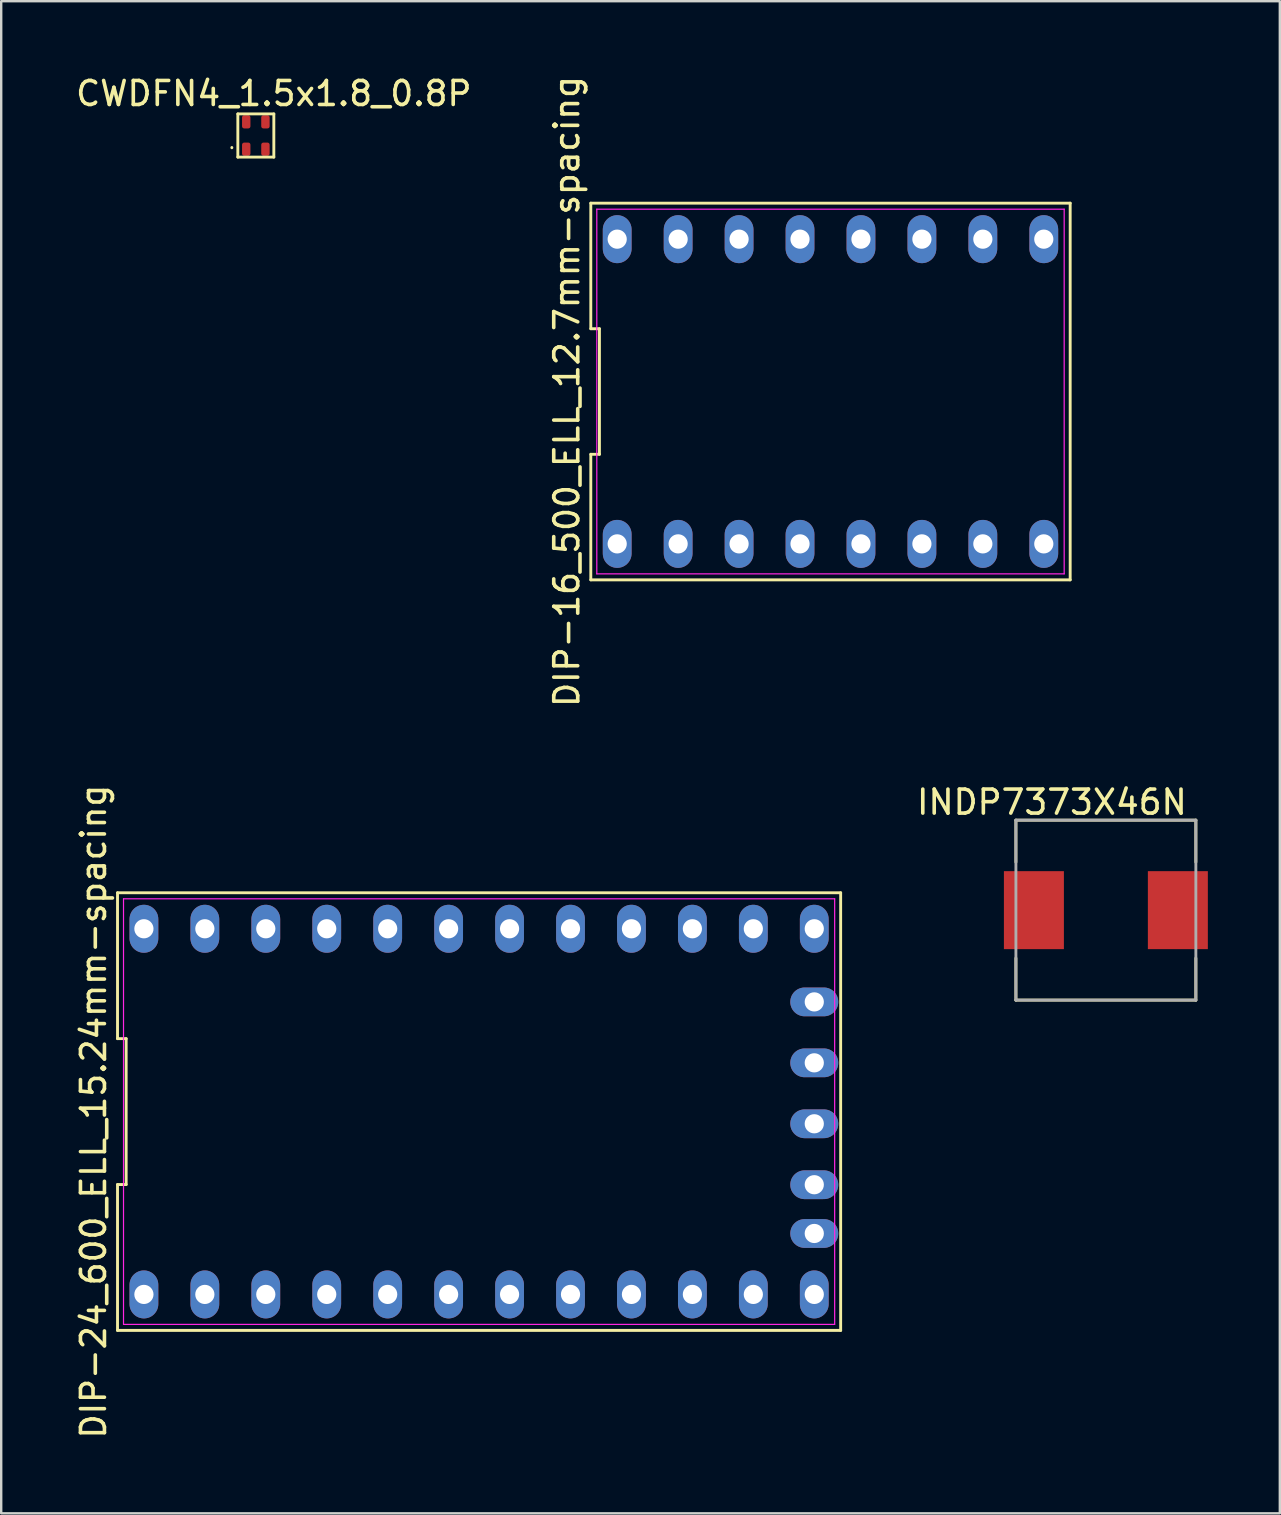
<source format=kicad_pcb>
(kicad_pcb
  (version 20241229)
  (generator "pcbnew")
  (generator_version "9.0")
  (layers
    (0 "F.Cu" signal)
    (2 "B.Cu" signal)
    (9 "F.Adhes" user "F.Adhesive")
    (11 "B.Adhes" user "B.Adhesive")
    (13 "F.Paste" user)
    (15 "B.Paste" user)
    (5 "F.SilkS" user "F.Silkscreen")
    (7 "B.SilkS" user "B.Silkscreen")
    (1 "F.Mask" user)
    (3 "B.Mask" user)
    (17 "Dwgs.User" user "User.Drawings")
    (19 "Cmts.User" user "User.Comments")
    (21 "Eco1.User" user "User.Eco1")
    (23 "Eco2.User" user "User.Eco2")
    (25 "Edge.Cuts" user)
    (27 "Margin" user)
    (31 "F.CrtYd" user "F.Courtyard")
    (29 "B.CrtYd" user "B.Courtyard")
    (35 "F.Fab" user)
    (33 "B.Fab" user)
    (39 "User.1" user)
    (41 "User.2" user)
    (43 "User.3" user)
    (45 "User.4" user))
  (footprint "DIP-24_600_ELL_15.24mm-spacing"
    (layer "F.Cu")
    (at 16.918 43.28)
    (property "Reference" "DIP-24_600_ELL_15.24mm-spacing" (at -16.07 0 90) (layer "F.SilkS") (effects (font (size 1 1) (thickness 0.15))))
    (attr through_hole)
    (fp_line (start -15.07 -9.12) (end -15.07 -3.04) (stroke (width 0.12) (type solid)) (layer "F.SilkS"))
    (fp_line (start -15.07 -3.04) (end -14.71 -3.04) (stroke (width 0.12) (type solid)) (layer "F.SilkS"))
    (fp_line (start -15.07 3.04) (end -15.07 9.12) (stroke (width 0.12) (type solid)) (layer "F.SilkS"))
    (fp_line (start -15.07 9.12) (end 15.07 9.12) (stroke (width 0.12) (type solid)) (layer "F.SilkS"))
    (fp_line (start -14.71 -3.04) (end -14.71 3.04) (stroke (width 0.12) (type solid)) (layer "F.SilkS"))
    (fp_line (start -14.71 3.04) (end -15.07 3.04) (stroke (width 0.12) (type solid)) (layer "F.SilkS"))
    (fp_line (start 15.07 -9.12) (end -15.07 -9.12) (stroke (width 0.12) (type solid)) (layer "F.SilkS"))
    (fp_line (start 15.07 9.12) (end 15.07 -9.12) (stroke (width 0.12) (type solid)) (layer "F.SilkS"))
    (fp_line (start -14.82 -8.87) (end 14.82 -8.87) (stroke (width 0.05) (type solid)) (layer "F.CrtYd"))
    (fp_line (start -14.82 8.87) (end -14.82 -8.87) (stroke (width 0.05) (type solid)) (layer "F.CrtYd"))
    (fp_line (start 14.82 -8.87) (end 14.82 8.87) (stroke (width 0.05) (type solid)) (layer "F.CrtYd"))
    (fp_line (start 14.82 8.87) (end -14.82 8.87) (stroke (width 0.05) (type solid)) (layer "F.CrtYd"))
    (pad "1" thru_hole oval (at -13.97 7.62) (size 1.2 2) (drill 0.8) (layers "*.Cu" "*.Mask"))
    (pad "2" thru_hole oval (at -11.43 7.62) (size 1.2 2) (drill 0.8) (layers "*.Cu" "*.Mask"))
    (pad "3" thru_hole oval (at -8.89 7.62) (size 1.2 2) (drill 0.8) (layers "*.Cu" "*.Mask"))
    (pad "4" thru_hole oval (at -6.35 7.62) (size 1.2 2) (drill 0.8) (layers "*.Cu" "*.Mask"))
    (pad "5" thru_hole oval (at -3.81 7.62) (size 1.2 2) (drill 0.8) (layers "*.Cu" "*.Mask"))
    (pad "6" thru_hole oval (at -1.27 7.62) (size 1.2 2) (drill 0.8) (layers "*.Cu" "*.Mask"))
    (pad "7" thru_hole oval (at 1.27 7.62) (size 1.2 2) (drill 0.8) (layers "*.Cu" "*.Mask"))
    (pad "8" thru_hole oval (at 3.81 7.62) (size 1.2 2) (drill 0.8) (layers "*.Cu" "*.Mask"))
    (pad "9" thru_hole oval (at 6.35 7.62) (size 1.2 2) (drill 0.8) (layers "*.Cu" "*.Mask"))
    (pad "10" thru_hole oval (at 8.89 7.62) (size 1.2 2) (drill 0.8) (layers "*.Cu" "*.Mask"))
    (pad "11" thru_hole oval (at 11.43 7.62) (size 1.2 2) (drill 0.8) (layers "*.Cu" "*.Mask"))
    (pad "12" thru_hole oval (at 13.97 7.62) (size 1.2 2) (drill 0.8) (layers "*.Cu" "*.Mask"))
    (pad "13" thru_hole oval (at 13.97 -7.62) (size 1.2 2) (drill 0.8) (layers "*.Cu" "*.Mask"))
    (pad "14" thru_hole oval (at 11.43 -7.62) (size 1.2 2) (drill 0.8) (layers "*.Cu" "*.Mask"))
    (pad "15" thru_hole oval (at 8.89 -7.62) (size 1.2 2) (drill 0.8) (layers "*.Cu" "*.Mask"))
    (pad "16" thru_hole oval (at 6.35 -7.62) (size 1.2 2) (drill 0.8) (layers "*.Cu" "*.Mask"))
    (pad "17" thru_hole oval (at 3.81 -7.62) (size 1.2 2) (drill 0.8) (layers "*.Cu" "*.Mask"))
    (pad "18" thru_hole oval (at 1.27 -7.62) (size 1.2 2) (drill 0.8) (layers "*.Cu" "*.Mask"))
    (pad "19" thru_hole oval (at -1.27 -7.62) (size 1.2 2) (drill 0.8) (layers "*.Cu" "*.Mask"))
    (pad "20" thru_hole oval (at -3.81 -7.62) (size 1.2 2) (drill 0.8) (layers "*.Cu" "*.Mask"))
    (pad "21" thru_hole oval (at -6.35 -7.62) (size 1.2 2) (drill 0.8) (layers "*.Cu" "*.Mask"))
    (pad "22" thru_hole oval (at -8.89 -7.62) (size 1.2 2) (drill 0.8) (layers "*.Cu" "*.Mask"))
    (pad "23" thru_hole oval (at -11.43 -7.62) (size 1.2 2) (drill 0.8) (layers "*.Cu" "*.Mask"))
    (pad "24" thru_hole oval (at -13.97 -7.62) (size 1.2 2) (drill 0.8) (layers "*.Cu" "*.Mask"))
    (pad "25" thru_hole oval (at 13.97 5.08 90) (size 1.2 2) (drill 0.8) (layers "*.Cu" "*.Mask"))
    (pad "26" thru_hole oval (at 13.97 3.048 90) (size 1.2 2) (drill 0.8) (layers "*.Cu" "*.Mask"))
    (pad "27" thru_hole oval (at 13.97 0.508 90) (size 1.2 2) (drill 0.8) (layers "*.Cu" "*.Mask"))
    (pad "28" thru_hole oval (at 13.97 -2.032 90) (size 1.2 2) (drill 0.8) (layers "*.Cu" "*.Mask"))
    (pad "29" thru_hole oval (at 13.97 -4.572 90) (size 1.2 2) (drill 0.8) (layers "*.Cu" "*.Mask")))
  (footprint "INDP7373X46N"
    (layer "F.Cu")
    (at 43.042 34.884)
    (property "Reference" "INDP7373X46N" (at -2.25 -4.5 0) (layer "F.SilkS") (effects (font (size 1 1) (thickness 0.15))))
    (attr through_hole)
    (fp_line (start -3.75 -3.75) (end 3.75 -3.75) (stroke (width 0.12) (type solid)) (layer "F.SilkS"))
    (fp_line (start -3.75 -2) (end -3.75 -3.75) (stroke (width 0.12) (type solid)) (layer "F.SilkS"))
    (fp_line (start -3.75 3.75) (end -3.75 2) (stroke (width 0.12) (type solid)) (layer "F.SilkS"))
    (fp_line (start 3.75 -3.75) (end 3.75 -2) (stroke (width 0.12) (type solid)) (layer "F.SilkS"))
    (fp_line (start 3.75 2) (end 3.75 3.75) (stroke (width 0.12) (type solid)) (layer "F.SilkS"))
    (fp_line (start 3.75 3.75) (end -3.75 3.75) (stroke (width 0.12) (type solid)) (layer "F.SilkS"))
    (fp_line (start -3.75 -3.75) (end -3.75 3.75) (stroke (width 0.12) (type solid)) (layer "F.Fab"))
    (fp_line (start -3.75 -3.75) (end 3.75 -3.75) (stroke (width 0.12) (type solid)) (layer "F.Fab"))
    (fp_line (start -3.75 3.75) (end 3.75 3.75) (stroke (width 0.12) (type solid)) (layer "F.Fab"))
    (fp_line (start 3.75 3.75) (end 3.75 -3.75) (stroke (width 0.12) (type solid)) (layer "F.Fab"))
    (pad "1" smd rect (at -3 0) (size 2.5 3.25) (layers "F.Cu" "F.Mask" "F.Paste"))
    (pad "2" smd rect (at 3 0) (size 2.5 3.25) (layers "F.Cu" "F.Mask" "F.Paste")))
  (footprint "DIP-16_500_ELL_12.7mm-spacing"
    (layer "F.Cu")
    (at 31.564 13.268)
    (property "Reference" "DIP-16_500_ELL_12.7mm-spacing" (at -10.99 0 90) (layer "F.SilkS") (effects (font (size 1 1) (thickness 0.15))))
    (attr through_hole)
    (fp_line (start -9.99 -7.85) (end -9.99 -2.617) (stroke (width 0.12) (type solid)) (layer "F.SilkS"))
    (fp_line (start -9.99 -2.617) (end -9.63 -2.617) (stroke (width 0.12) (type solid)) (layer "F.SilkS"))
    (fp_line (start -9.99 2.617) (end -9.99 7.85) (stroke (width 0.12) (type solid)) (layer "F.SilkS"))
    (fp_line (start -9.99 7.85) (end 9.99 7.85) (stroke (width 0.12) (type solid)) (layer "F.SilkS"))
    (fp_line (start -9.63 -2.617) (end -9.63 2.617) (stroke (width 0.12) (type solid)) (layer "F.SilkS"))
    (fp_line (start -9.63 2.617) (end -9.99 2.617) (stroke (width 0.12) (type solid)) (layer "F.SilkS"))
    (fp_line (start 9.99 -7.85) (end -9.99 -7.85) (stroke (width 0.12) (type solid)) (layer "F.SilkS"))
    (fp_line (start 9.99 7.85) (end 9.99 -7.85) (stroke (width 0.12) (type solid)) (layer "F.SilkS"))
    (fp_line (start -9.74 -7.6) (end 9.74 -7.6) (stroke (width 0.05) (type solid)) (layer "F.CrtYd"))
    (fp_line (start -9.74 7.6) (end -9.74 -7.6) (stroke (width 0.05) (type solid)) (layer "F.CrtYd"))
    (fp_line (start 9.74 -7.6) (end 9.74 7.6) (stroke (width 0.05) (type solid)) (layer "F.CrtYd"))
    (fp_line (start 9.74 7.6) (end -9.74 7.6) (stroke (width 0.05) (type solid)) (layer "F.CrtYd"))
    (pad "1" thru_hole oval (at -8.89 6.35) (size 1.2 2) (drill 0.8) (layers "*.Cu" "*.Mask"))
    (pad "2" thru_hole oval (at -6.35 6.35) (size 1.2 2) (drill 0.8) (layers "*.Cu" "*.Mask"))
    (pad "3" thru_hole oval (at -3.81 6.35) (size 1.2 2) (drill 0.8) (layers "*.Cu" "*.Mask"))
    (pad "4" thru_hole oval (at -1.27 6.35) (size 1.2 2) (drill 0.8) (layers "*.Cu" "*.Mask"))
    (pad "5" thru_hole oval (at 1.27 6.35) (size 1.2 2) (drill 0.8) (layers "*.Cu" "*.Mask"))
    (pad "6" thru_hole oval (at 3.81 6.35) (size 1.2 2) (drill 0.8) (layers "*.Cu" "*.Mask"))
    (pad "7" thru_hole oval (at 6.35 6.35) (size 1.2 2) (drill 0.8) (layers "*.Cu" "*.Mask"))
    (pad "8" thru_hole oval (at 8.89 6.35) (size 1.2 2) (drill 0.8) (layers "*.Cu" "*.Mask"))
    (pad "9" thru_hole oval (at 8.89 -6.35) (size 1.2 2) (drill 0.8) (layers "*.Cu" "*.Mask"))
    (pad "10" thru_hole oval (at 6.35 -6.35) (size 1.2 2) (drill 0.8) (layers "*.Cu" "*.Mask"))
    (pad "11" thru_hole oval (at 3.81 -6.35) (size 1.2 2) (drill 0.8) (layers "*.Cu" "*.Mask"))
    (pad "12" thru_hole oval (at 1.27 -6.35) (size 1.2 2) (drill 0.8) (layers "*.Cu" "*.Mask"))
    (pad "13" thru_hole oval (at -1.27 -6.35) (size 1.2 2) (drill 0.8) (layers "*.Cu" "*.Mask"))
    (pad "14" thru_hole oval (at -3.81 -6.35) (size 1.2 2) (drill 0.8) (layers "*.Cu" "*.Mask"))
    (pad "15" thru_hole oval (at -6.35 -6.35) (size 1.2 2) (drill 0.8) (layers "*.Cu" "*.Mask"))
    (pad "16" thru_hole oval (at -8.89 -6.35) (size 1.2 2) (drill 0.8) (layers "*.Cu" "*.Mask")))
  (footprint "CWDFN4_1.5x1.8_0.8P"
    (layer "F.Cu")
    (at 7.613 2.598)
    (property "Reference" "CWDFN4_1.5x1.8_0.8P" (at 0.75 -1.75 0) (layer "F.SilkS") (effects (font (size 1 1) (thickness 0.15))))
    (attr through_hole)
    (fp_line (start -1 0.5) (end -1 0.51) (stroke (width 0.12) (type solid)) (layer "F.SilkS"))
    (fp_line (start -0.75 -0.9) (end 0.75 -0.9) (stroke (width 0.12) (type solid)) (layer "F.SilkS"))
    (fp_line (start -0.75 0.9) (end -0.75 -0.9) (stroke (width 0.12) (type solid)) (layer "F.SilkS"))
    (fp_line (start 0.75 -0.9) (end 0.75 0.9) (stroke (width 0.12) (type solid)) (layer "F.SilkS"))
    (fp_line (start 0.75 0.9) (end -0.75 0.9) (stroke (width 0.12) (type solid)) (layer "F.SilkS"))
    (pad "1" smd roundrect (at -0.4 0.57) (size 0.35 0.55) (layers "F.Cu" "F.Mask" "F.Paste") (roundrect_rratio 0.257))
    (pad "2" smd roundrect (at 0.4 0.57) (size 0.35 0.55) (layers "F.Cu" "F.Mask" "F.Paste") (roundrect_rratio 0.257))
    (pad "3" smd roundrect (at 0.4 -0.57) (size 0.35 0.55) (layers "F.Cu" "F.Mask" "F.Paste") (roundrect_rratio 0.257))
    (pad "4" smd roundrect (at -0.4 -0.57) (size 0.35 0.55) (layers "F.Cu" "F.Mask" "F.Paste") (roundrect_rratio 0.257)))
  (gr_rect
    (start -3 -3)
    (end 50.292 60.024)
    (stroke (width 0.1) (type default))
    (fill no)
    (layer "Edge.Cuts")))
</source>
